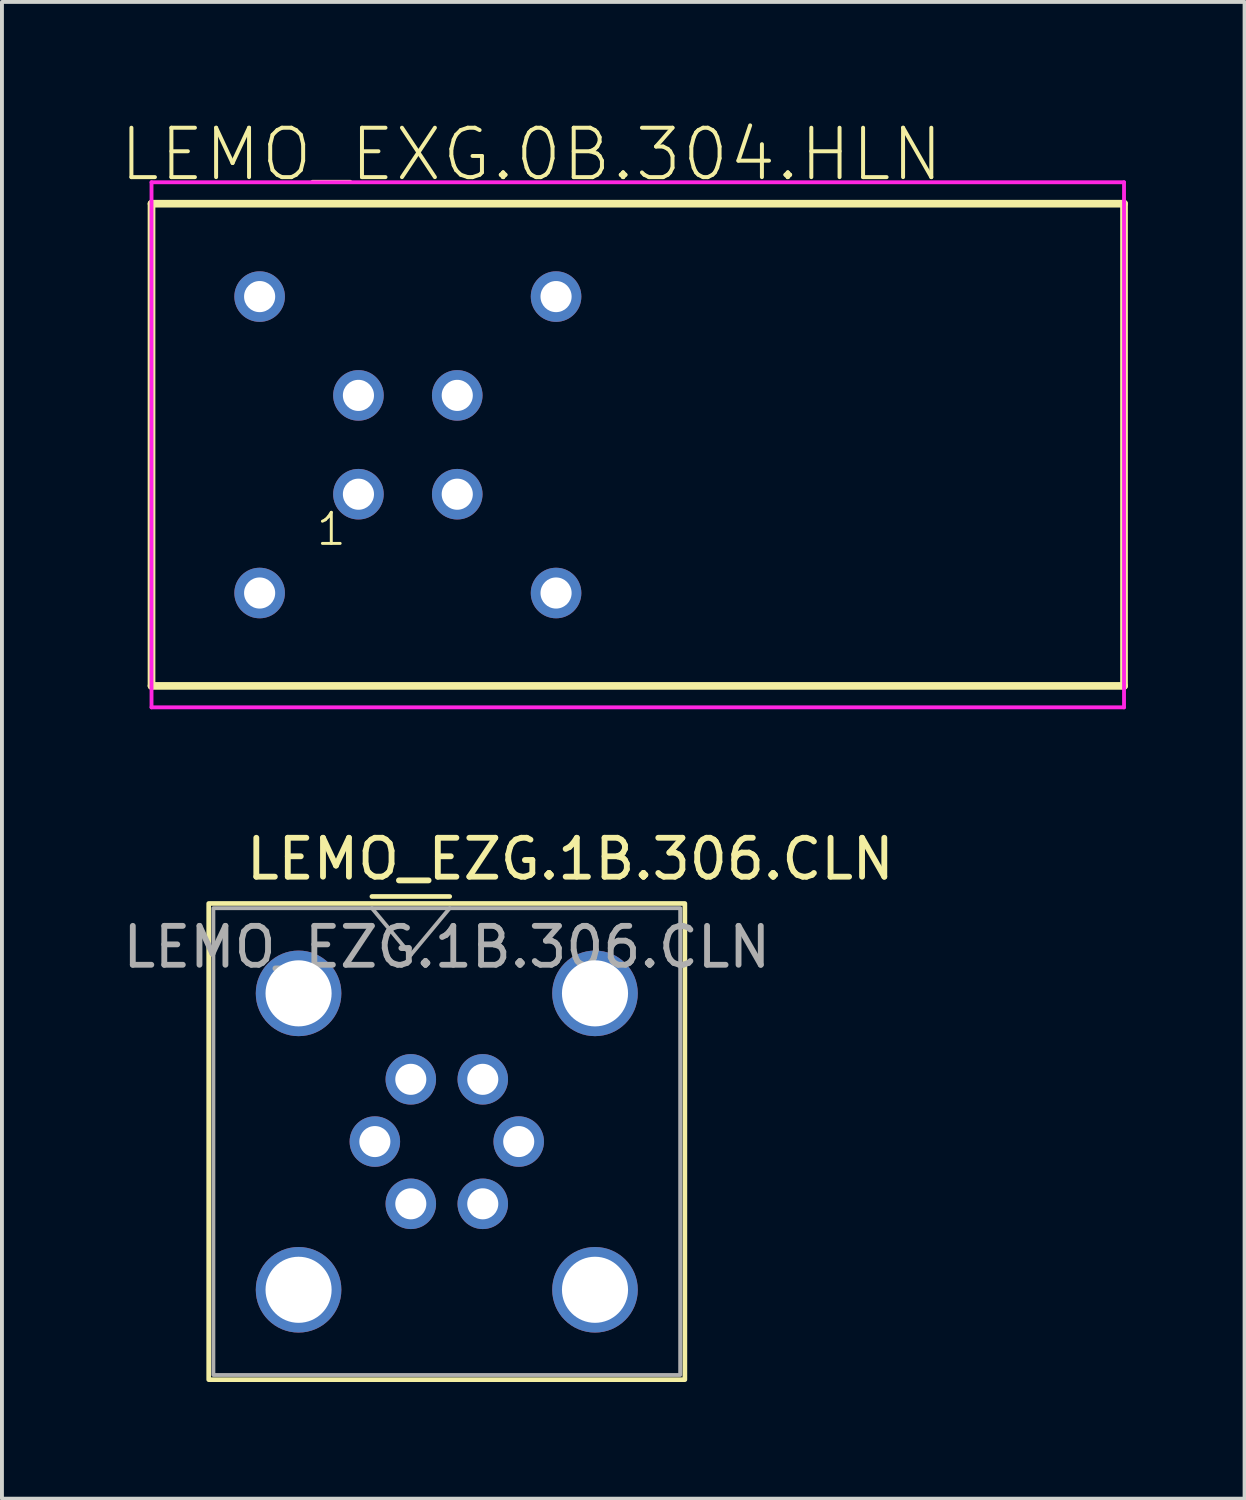
<source format=kicad_pcb>
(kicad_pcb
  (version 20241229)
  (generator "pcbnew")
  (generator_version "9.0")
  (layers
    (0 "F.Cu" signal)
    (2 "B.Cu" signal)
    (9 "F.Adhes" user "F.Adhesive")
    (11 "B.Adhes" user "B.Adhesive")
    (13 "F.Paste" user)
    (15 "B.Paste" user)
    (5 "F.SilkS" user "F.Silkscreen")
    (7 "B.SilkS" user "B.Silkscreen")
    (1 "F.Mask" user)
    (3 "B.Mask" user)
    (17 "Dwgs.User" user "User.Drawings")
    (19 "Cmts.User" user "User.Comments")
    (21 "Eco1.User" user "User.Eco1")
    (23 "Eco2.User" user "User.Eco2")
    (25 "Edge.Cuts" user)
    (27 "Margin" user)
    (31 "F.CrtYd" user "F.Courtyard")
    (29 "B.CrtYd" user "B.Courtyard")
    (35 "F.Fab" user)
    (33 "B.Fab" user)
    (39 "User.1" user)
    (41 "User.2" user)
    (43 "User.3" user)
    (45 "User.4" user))
  (footprint "LEMO_EXG.0B.304.HLN"
    (layer "F.Cu")
    (at 7.434 8.384)
    (property "Reference" "LEMO_EXG.0B.304.HLN" (at 3.175 -7.463 0) (layer "F.SilkS") (effects (font (size 1.27 1.27) (thickness 0.102))))
    (attr through_hole exclude_from_pos_files exclude_from_bom)
    (fp_line (start -6.589 -6.198) (end -6.589 6.198) (stroke (width 0.198) (type solid)) (layer "F.SilkS"))
    (fp_line (start -6.589 -6.198) (end 18.41 -6.198) (stroke (width 0.198) (type solid)) (layer "F.SilkS"))
    (fp_line (start -6.589 6.198) (end 18.41 6.198) (stroke (width 0.198) (type solid)) (layer "F.SilkS"))
    (fp_line (start 18.41 -6.198) (end 18.41 6.198) (stroke (width 0.198) (type solid)) (layer "F.SilkS"))
    (fp_line (start -6.589 -6.749) (end -6.589 6.749) (stroke (width 0.099) (type solid)) (layer "F.CrtYd"))
    (fp_line (start -6.589 -6.749) (end 18.41 -6.749) (stroke (width 0.099) (type solid)) (layer "F.CrtYd"))
    (fp_line (start -6.589 6.749) (end 18.41 6.749) (stroke (width 0.099) (type solid)) (layer "F.CrtYd"))
    (fp_line (start 18.41 -6.749) (end 18.41 6.749) (stroke (width 0.099) (type solid)) (layer "F.CrtYd"))
    (fp_text user "1" (at -1.968 2.169 0) (layer "F.SilkS") (effects (font (size 0.798 0.798) (thickness 0.076))))
    (pad "1" thru_hole circle (at -1.27 1.27) (size 1.3 1.3) (drill 0.8) (layers "*.Cu" "*.Paste" "*.Mask"))
    (pad "2" thru_hole circle (at 1.27 1.27) (size 1.3 1.3) (drill 0.8) (layers "*.Cu" "*.Paste" "*.Mask"))
    (pad "3" thru_hole circle (at 1.27 -1.27) (size 1.3 1.3) (drill 0.8) (layers "*.Cu" "*.Paste" "*.Mask"))
    (pad "4" thru_hole circle (at -1.27 -1.27) (size 1.3 1.3) (drill 0.8) (layers "*.Cu" "*.Paste" "*.Mask"))
    (pad "MP" thru_hole circle (at -3.81 -3.81) (size 1.3 1.3) (drill 0.8) (layers "*.Cu" "*.Paste" "*.Mask"))
    (pad "MP" thru_hole circle (at -3.81 3.81) (size 1.3 1.3) (drill 0.8) (layers "*.Cu" "*.Paste" "*.Mask"))
    (pad "MP" thru_hole circle (at 3.81 -3.81) (size 1.3 1.3) (drill 0.8) (layers "*.Cu" "*.Paste" "*.Mask"))
    (pad "MP" thru_hole circle (at 3.81 3.81) (size 1.3 1.3) (drill 0.8) (layers "*.Cu" "*.Paste" "*.Mask")))
  (footprint "LEMO_EZG.1B.306.CLN"
    (layer "F.Cu")
    (at 8.435 26.295)
    (property "Reference" "LEMO_EZG.1B.306.CLN" (at 3.175 -7.264 0) (layer "F.SilkS") (effects (font (size 1 1) (thickness 0.15))))
    (attr exclude_from_pos_files exclude_from_bom)
    (fp_line (start -1.925 -6.3) (end 0.075 -6.3) (stroke (width 0.12) (type solid)) (layer "F.SilkS"))
    (fp_rect (start -6.12 -6.12) (end 6.12 6.12) (stroke (width 0.12) (type solid)) (fill no) (layer "F.SilkS"))
    (fp_line (start -1.925 -6) (end -0.925 -4.8) (stroke (width 0.1) (type default)) (layer "F.Fab"))
    (fp_line (start -0.925 -4.8) (end 0.075 -6) (stroke (width 0.1) (type default)) (layer "F.Fab"))
    (fp_rect (start -6 -6) (end 6 6) (stroke (width 0.1) (type default)) (fill no) (layer "F.Fab"))
    (fp_text user "${REFERENCE}" (at 0 -5 0) (unlocked yes) (layer "F.Fab") (effects (font (size 1 1) (thickness 0.15))))
    (pad "1" thru_hole circle (at -0.925 -1.6) (size 1.298 1.298) (drill 0.798) (layers "*.Cu" "*.Paste" "*.Mask"))
    (pad "2" thru_hole circle (at -1.849 0) (size 1.298 1.298) (drill 0.798) (layers "*.Cu" "*.Paste" "*.Mask"))
    (pad "3" thru_hole circle (at -0.925 1.6) (size 1.298 1.298) (drill 0.798) (layers "*.Cu" "*.Paste" "*.Mask"))
    (pad "4" thru_hole circle (at 0.925 1.6) (size 1.298 1.298) (drill 0.798) (layers "*.Cu" "*.Paste" "*.Mask"))
    (pad "5" thru_hole circle (at 1.849 0) (size 1.298 1.298) (drill 0.798) (layers "*.Cu" "*.Paste" "*.Mask"))
    (pad "6" thru_hole circle (at 0.925 -1.6) (size 1.298 1.298) (drill 0.798) (layers "*.Cu" "*.Paste" "*.Mask"))
    (pad "MP" thru_hole circle (at -3.81 -3.81) (size 2.2 2.2) (drill 1.699) (layers "*.Cu" "*.Paste" "*.Mask"))
    (pad "MP" thru_hole circle (at -3.81 3.81) (size 2.2 2.2) (drill 1.699) (layers "*.Cu" "*.Paste" "*.Mask"))
    (pad "MP" thru_hole circle (at 3.81 -3.81) (size 2.2 2.2) (drill 1.699) (layers "*.Cu" "*.Paste" "*.Mask"))
    (pad "MP" thru_hole circle (at 3.81 3.81) (size 2.2 2.2) (drill 1.699) (layers "*.Cu" "*.Paste" "*.Mask")))
  (gr_rect
    (start -3 -3)
    (end 28.943 35.475)
    (stroke (width 0.1) (type default))
    (fill no)
    (layer "Edge.Cuts")))
</source>
